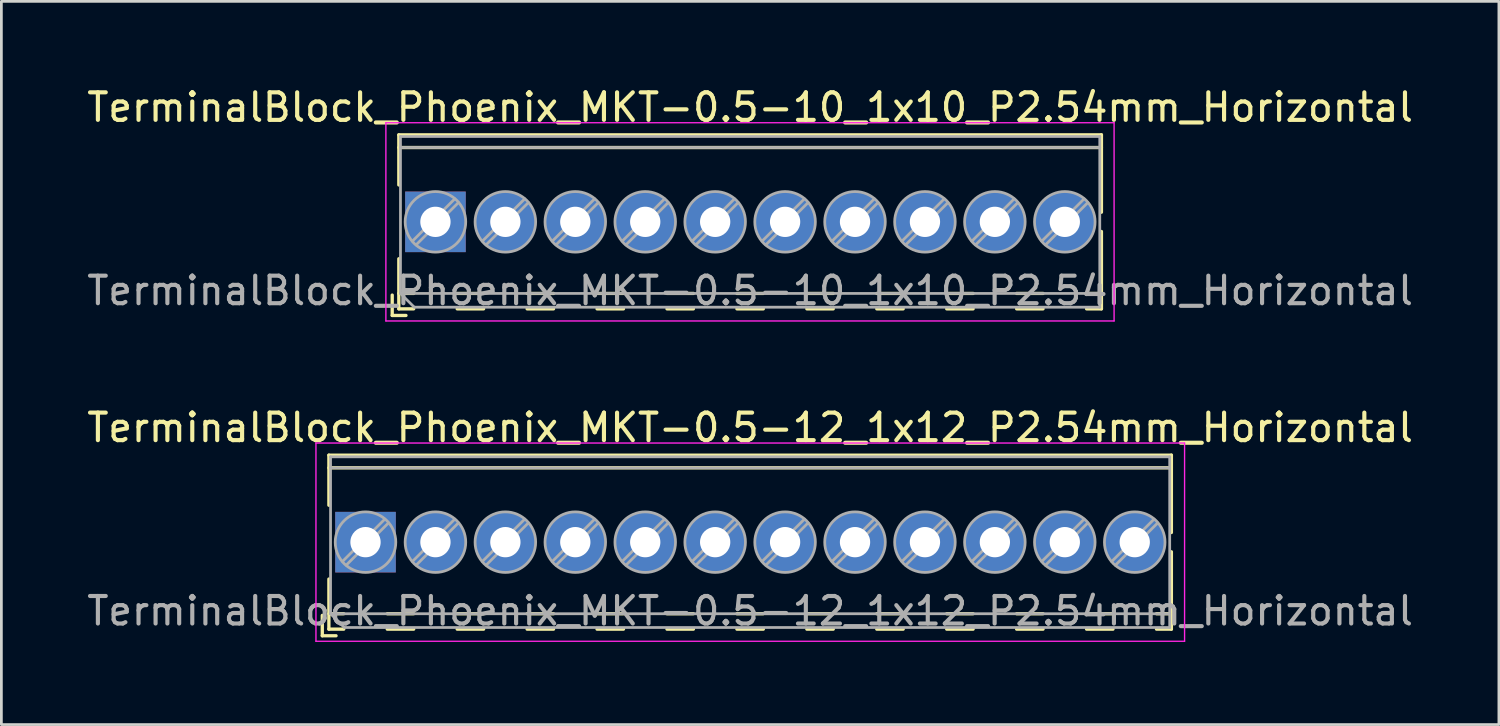
<source format=kicad_pcb>
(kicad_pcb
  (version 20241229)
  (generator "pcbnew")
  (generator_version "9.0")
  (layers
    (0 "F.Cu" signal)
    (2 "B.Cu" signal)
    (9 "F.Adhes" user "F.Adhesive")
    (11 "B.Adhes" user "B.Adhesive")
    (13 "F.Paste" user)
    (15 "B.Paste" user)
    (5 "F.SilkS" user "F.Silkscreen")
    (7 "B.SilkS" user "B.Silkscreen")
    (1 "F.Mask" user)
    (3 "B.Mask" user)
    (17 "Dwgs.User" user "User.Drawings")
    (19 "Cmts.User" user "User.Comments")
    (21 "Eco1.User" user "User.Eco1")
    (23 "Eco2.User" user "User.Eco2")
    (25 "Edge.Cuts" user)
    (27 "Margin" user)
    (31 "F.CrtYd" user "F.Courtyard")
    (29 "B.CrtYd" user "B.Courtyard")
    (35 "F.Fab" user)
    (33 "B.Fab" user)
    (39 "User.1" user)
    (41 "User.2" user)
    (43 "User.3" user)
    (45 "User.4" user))
  (footprint "TerminalBlock_Phoenix_MKT-0.5-12_1x12_P2.54mm_Horizontal"
    (layer "F.Cu")
    (at 10.226 16.642)
    (property "Reference" "TerminalBlock_Phoenix_MKT-0.5-12_1x12_P2.54mm_Horizontal" (at 13.97 -4.16 0) (layer "F.SilkS") (effects (font (size 1 1) (thickness 0.15))))
    (attr through_hole)
    (fp_line (start -1.57 2.66) (end -1.57 3.4) (stroke (width 0.12) (type solid)) (layer "F.SilkS"))
    (fp_line (start -1.57 3.4) (end -1.07 3.4) (stroke (width 0.12) (type solid)) (layer "F.SilkS"))
    (fp_line (start -1.33 -3.16) (end -1.33 -1.34) (stroke (width 0.12) (type solid)) (layer "F.SilkS"))
    (fp_line (start -1.33 -3.16) (end 29.271 -3.16) (stroke (width 0.12) (type solid)) (layer "F.SilkS"))
    (fp_line (start -1.33 -2.7) (end 29.271 -2.7) (stroke (width 0.12) (type solid)) (layer "F.SilkS"))
    (fp_line (start -1.33 1.34) (end -1.33 3.16) (stroke (width 0.12) (type solid)) (layer "F.SilkS"))
    (fp_line (start -1.33 2.6) (end -0.79 2.6) (stroke (width 0.12) (type solid)) (layer "F.SilkS"))
    (fp_line (start -1.33 3.16) (end -0.79 3.16) (stroke (width 0.12) (type solid)) (layer "F.SilkS"))
    (fp_line (start 0.79 2.6) (end 1.75 2.6) (stroke (width 0.12) (type solid)) (layer "F.SilkS"))
    (fp_line (start 0.79 3.16) (end 1.75 3.16) (stroke (width 0.12) (type solid)) (layer "F.SilkS"))
    (fp_line (start 3.33 2.6) (end 4.29 2.6) (stroke (width 0.12) (type solid)) (layer "F.SilkS"))
    (fp_line (start 3.33 3.16) (end 4.29 3.16) (stroke (width 0.12) (type solid)) (layer "F.SilkS"))
    (fp_line (start 5.87 2.6) (end 6.83 2.6) (stroke (width 0.12) (type solid)) (layer "F.SilkS"))
    (fp_line (start 5.87 3.16) (end 6.83 3.16) (stroke (width 0.12) (type solid)) (layer "F.SilkS"))
    (fp_line (start 8.41 2.6) (end 9.37 2.6) (stroke (width 0.12) (type solid)) (layer "F.SilkS"))
    (fp_line (start 8.41 3.16) (end 9.37 3.16) (stroke (width 0.12) (type solid)) (layer "F.SilkS"))
    (fp_line (start 10.95 2.6) (end 11.91 2.6) (stroke (width 0.12) (type solid)) (layer "F.SilkS"))
    (fp_line (start 10.95 3.16) (end 11.91 3.16) (stroke (width 0.12) (type solid)) (layer "F.SilkS"))
    (fp_line (start 13.49 2.6) (end 14.45 2.6) (stroke (width 0.12) (type solid)) (layer "F.SilkS"))
    (fp_line (start 13.49 3.16) (end 14.45 3.16) (stroke (width 0.12) (type solid)) (layer "F.SilkS"))
    (fp_line (start 16.03 2.6) (end 16.99 2.6) (stroke (width 0.12) (type solid)) (layer "F.SilkS"))
    (fp_line (start 16.03 3.16) (end 16.99 3.16) (stroke (width 0.12) (type solid)) (layer "F.SilkS"))
    (fp_line (start 18.57 2.6) (end 19.53 2.6) (stroke (width 0.12) (type solid)) (layer "F.SilkS"))
    (fp_line (start 18.57 3.16) (end 19.53 3.16) (stroke (width 0.12) (type solid)) (layer "F.SilkS"))
    (fp_line (start 21.11 2.6) (end 22.07 2.6) (stroke (width 0.12) (type solid)) (layer "F.SilkS"))
    (fp_line (start 21.11 3.16) (end 22.07 3.16) (stroke (width 0.12) (type solid)) (layer "F.SilkS"))
    (fp_line (start 23.65 2.6) (end 24.61 2.6) (stroke (width 0.12) (type solid)) (layer "F.SilkS"))
    (fp_line (start 23.65 3.16) (end 24.61 3.16) (stroke (width 0.12) (type solid)) (layer "F.SilkS"))
    (fp_line (start 26.19 2.6) (end 27.15 2.6) (stroke (width 0.12) (type solid)) (layer "F.SilkS"))
    (fp_line (start 26.19 3.16) (end 27.15 3.16) (stroke (width 0.12) (type solid)) (layer "F.SilkS"))
    (fp_line (start 28.73 2.6) (end 29.271 2.6) (stroke (width 0.12) (type solid)) (layer "F.SilkS"))
    (fp_line (start 28.73 3.16) (end 29.271 3.16) (stroke (width 0.12) (type solid)) (layer "F.SilkS"))
    (fp_line (start 29.271 -3.16) (end 29.271 -0.35) (stroke (width 0.12) (type solid)) (layer "F.SilkS"))
    (fp_line (start 29.271 0.35) (end 29.271 3.16) (stroke (width 0.12) (type solid)) (layer "F.SilkS"))
    (fp_line (start -1.8 -3.6) (end -1.8 3.6) (stroke (width 0.05) (type solid)) (layer "F.CrtYd"))
    (fp_line (start -1.8 3.6) (end 29.75 3.6) (stroke (width 0.05) (type solid)) (layer "F.CrtYd"))
    (fp_line (start 29.75 -3.6) (end -1.8 -3.6) (stroke (width 0.05) (type solid)) (layer "F.CrtYd"))
    (fp_line (start 29.75 3.6) (end 29.75 -3.6) (stroke (width 0.05) (type solid)) (layer "F.CrtYd"))
    (fp_line (start -1.27 -3.1) (end 29.21 -3.1) (stroke (width 0.1) (type solid)) (layer "F.Fab"))
    (fp_line (start -1.27 -2.7) (end 29.21 -2.7) (stroke (width 0.1) (type solid)) (layer "F.Fab"))
    (fp_line (start -1.27 2.6) (end -1.27 -3.1) (stroke (width 0.1) (type solid)) (layer "F.Fab"))
    (fp_line (start -1.27 2.6) (end 29.21 2.6) (stroke (width 0.1) (type solid)) (layer "F.Fab"))
    (fp_line (start -0.77 3.1) (end -1.27 2.6) (stroke (width 0.1) (type solid)) (layer "F.Fab"))
    (fp_line (start 0.701 -0.835) (end -0.835 0.7) (stroke (width 0.1) (type solid)) (layer "F.Fab"))
    (fp_line (start 0.835 -0.7) (end -0.701 0.835) (stroke (width 0.1) (type solid)) (layer "F.Fab"))
    (fp_line (start 3.241 -0.835) (end 1.706 0.7) (stroke (width 0.1) (type solid)) (layer "F.Fab"))
    (fp_line (start 3.375 -0.7) (end 1.84 0.835) (stroke (width 0.1) (type solid)) (layer "F.Fab"))
    (fp_line (start 5.781 -0.835) (end 4.246 0.7) (stroke (width 0.1) (type solid)) (layer "F.Fab"))
    (fp_line (start 5.915 -0.7) (end 4.38 0.835) (stroke (width 0.1) (type solid)) (layer "F.Fab"))
    (fp_line (start 8.321 -0.835) (end 6.786 0.7) (stroke (width 0.1) (type solid)) (layer "F.Fab"))
    (fp_line (start 8.455 -0.7) (end 6.92 0.835) (stroke (width 0.1) (type solid)) (layer "F.Fab"))
    (fp_line (start 10.861 -0.835) (end 9.326 0.7) (stroke (width 0.1) (type solid)) (layer "F.Fab"))
    (fp_line (start 10.995 -0.7) (end 9.46 0.835) (stroke (width 0.1) (type solid)) (layer "F.Fab"))
    (fp_line (start 13.401 -0.835) (end 11.866 0.7) (stroke (width 0.1) (type solid)) (layer "F.Fab"))
    (fp_line (start 13.535 -0.7) (end 12 0.835) (stroke (width 0.1) (type solid)) (layer "F.Fab"))
    (fp_line (start 15.941 -0.835) (end 14.406 0.7) (stroke (width 0.1) (type solid)) (layer "F.Fab"))
    (fp_line (start 16.075 -0.7) (end 14.54 0.835) (stroke (width 0.1) (type solid)) (layer "F.Fab"))
    (fp_line (start 18.481 -0.835) (end 16.946 0.7) (stroke (width 0.1) (type solid)) (layer "F.Fab"))
    (fp_line (start 18.615 -0.7) (end 17.08 0.835) (stroke (width 0.1) (type solid)) (layer "F.Fab"))
    (fp_line (start 21.021 -0.835) (end 19.486 0.7) (stroke (width 0.1) (type solid)) (layer "F.Fab"))
    (fp_line (start 21.155 -0.7) (end 19.62 0.835) (stroke (width 0.1) (type solid)) (layer "F.Fab"))
    (fp_line (start 23.561 -0.835) (end 22.026 0.7) (stroke (width 0.1) (type solid)) (layer "F.Fab"))
    (fp_line (start 23.695 -0.7) (end 22.16 0.835) (stroke (width 0.1) (type solid)) (layer "F.Fab"))
    (fp_line (start 26.101 -0.835) (end 24.566 0.7) (stroke (width 0.1) (type solid)) (layer "F.Fab"))
    (fp_line (start 26.235 -0.7) (end 24.7 0.835) (stroke (width 0.1) (type solid)) (layer "F.Fab"))
    (fp_line (start 28.641 -0.835) (end 27.106 0.7) (stroke (width 0.1) (type solid)) (layer "F.Fab"))
    (fp_line (start 28.775 -0.7) (end 27.24 0.835) (stroke (width 0.1) (type solid)) (layer "F.Fab"))
    (fp_line (start 29.21 -3.1) (end 29.21 3.1) (stroke (width 0.1) (type solid)) (layer "F.Fab"))
    (fp_line (start 29.21 3.1) (end -0.77 3.1) (stroke (width 0.1) (type solid)) (layer "F.Fab"))
    (fp_circle (center 0 0) (end 1.1 0) (stroke (width 0.1) (type solid)) (fill no) (layer "F.Fab"))
    (fp_circle (center 2.54 0) (end 3.64 0) (stroke (width 0.1) (type solid)) (fill no) (layer "F.Fab"))
    (fp_circle (center 5.08 0) (end 6.18 0) (stroke (width 0.1) (type solid)) (fill no) (layer "F.Fab"))
    (fp_circle (center 7.62 0) (end 8.72 0) (stroke (width 0.1) (type solid)) (fill no) (layer "F.Fab"))
    (fp_circle (center 10.16 0) (end 11.26 0) (stroke (width 0.1) (type solid)) (fill no) (layer "F.Fab"))
    (fp_circle (center 12.7 0) (end 13.8 0) (stroke (width 0.1) (type solid)) (fill no) (layer "F.Fab"))
    (fp_circle (center 15.24 0) (end 16.34 0) (stroke (width 0.1) (type solid)) (fill no) (layer "F.Fab"))
    (fp_circle (center 17.78 0) (end 18.88 0) (stroke (width 0.1) (type solid)) (fill no) (layer "F.Fab"))
    (fp_circle (center 20.32 0) (end 21.42 0) (stroke (width 0.1) (type solid)) (fill no) (layer "F.Fab"))
    (fp_circle (center 22.86 0) (end 23.96 0) (stroke (width 0.1) (type solid)) (fill no) (layer "F.Fab"))
    (fp_circle (center 25.4 0) (end 26.5 0) (stroke (width 0.1) (type solid)) (fill no) (layer "F.Fab"))
    (fp_circle (center 27.94 0) (end 29.04 0) (stroke (width 0.1) (type solid)) (fill no) (layer "F.Fab"))
    (fp_text user "${REFERENCE}" (at 13.97 2.5 0) (layer "F.Fab") (effects (font (size 1 1) (thickness 0.15))))
    (pad "" np_thru_hole rect (at 0 2.54) (size 0.001 0.001) (drill 1.1) (layers "*.Cu" "*.Mask"))
    (pad "" np_thru_hole circle (at 2.54 2.54) (size 0.001 0.001) (drill 1.1) (layers "*.Cu" "*.Mask"))
    (pad "" np_thru_hole circle (at 5.08 2.54) (size 0.001 0.001) (drill 1.1) (layers "*.Cu" "*.Mask"))
    (pad "" np_thru_hole circle (at 7.62 2.54) (size 0.001 0.001) (drill 1.1) (layers "*.Cu" "*.Mask"))
    (pad "" np_thru_hole circle (at 10.16 2.54) (size 0.001 0.001) (drill 1.1) (layers "*.Cu" "*.Mask"))
    (pad "" np_thru_hole circle (at 12.7 2.54) (size 0.001 0.001) (drill 1.1) (layers "*.Cu" "*.Mask"))
    (pad "" np_thru_hole circle (at 15.24 2.54) (size 0.001 0.001) (drill 1.1) (layers "*.Cu" "*.Mask"))
    (pad "" np_thru_hole circle (at 17.78 2.54) (size 0.001 0.001) (drill 1.1) (layers "*.Cu" "*.Mask"))
    (pad "" np_thru_hole circle (at 20.32 2.54) (size 0.001 0.001) (drill 1.1) (layers "*.Cu" "*.Mask"))
    (pad "" np_thru_hole circle (at 22.86 2.54) (size 0.001 0.001) (drill 1.1) (layers "*.Cu" "*.Mask"))
    (pad "" np_thru_hole circle (at 25.4 2.54) (size 0.001 0.001) (drill 1.1) (layers "*.Cu" "*.Mask"))
    (pad "" np_thru_hole circle (at 27.94 2.54) (size 0.001 0.001) (drill 1.1) (layers "*.Cu" "*.Mask"))
    (pad "1" thru_hole rect (at 0 0) (size 2.2 2.2) (drill 1.1) (layers "*.Cu" "*.Mask"))
    (pad "2" thru_hole circle (at 2.54 0) (size 2.2 2.2) (drill 1.1) (layers "*.Cu" "*.Mask"))
    (pad "3" thru_hole circle (at 5.08 0) (size 2.2 2.2) (drill 1.1) (layers "*.Cu" "*.Mask"))
    (pad "4" thru_hole circle (at 7.62 0) (size 2.2 2.2) (drill 1.1) (layers "*.Cu" "*.Mask"))
    (pad "5" thru_hole circle (at 10.16 0) (size 2.2 2.2) (drill 1.1) (layers "*.Cu" "*.Mask"))
    (pad "6" thru_hole circle (at 12.7 0) (size 2.2 2.2) (drill 1.1) (layers "*.Cu" "*.Mask"))
    (pad "7" thru_hole circle (at 15.24 0) (size 2.2 2.2) (drill 1.1) (layers "*.Cu" "*.Mask"))
    (pad "8" thru_hole circle (at 17.78 0) (size 2.2 2.2) (drill 1.1) (layers "*.Cu" "*.Mask"))
    (pad "9" thru_hole circle (at 20.32 0) (size 2.2 2.2) (drill 1.1) (layers "*.Cu" "*.Mask"))
    (pad "10" thru_hole circle (at 22.86 0) (size 2.2 2.2) (drill 1.1) (layers "*.Cu" "*.Mask"))
    (pad "11" thru_hole circle (at 25.4 0) (size 2.2 2.2) (drill 1.1) (layers "*.Cu" "*.Mask"))
    (pad "12" thru_hole circle (at 27.94 0) (size 2.2 2.2) (drill 1.1) (layers "*.Cu" "*.Mask")))
  (footprint "TerminalBlock_Phoenix_MKT-0.5-10_1x10_P2.54mm_Horizontal"
    (layer "F.Cu")
    (at 12.766 5.008)
    (property "Reference" "TerminalBlock_Phoenix_MKT-0.5-10_1x10_P2.54mm_Horizontal" (at 11.43 -4.16 0) (layer "F.SilkS") (effects (font (size 1 1) (thickness 0.15))))
    (attr through_hole)
    (fp_line (start -1.57 2.66) (end -1.57 3.4) (stroke (width 0.12) (type solid)) (layer "F.SilkS"))
    (fp_line (start -1.57 3.4) (end -1.07 3.4) (stroke (width 0.12) (type solid)) (layer "F.SilkS"))
    (fp_line (start -1.33 -3.16) (end -1.33 -1.34) (stroke (width 0.12) (type solid)) (layer "F.SilkS"))
    (fp_line (start -1.33 -3.16) (end 24.19 -3.16) (stroke (width 0.12) (type solid)) (layer "F.SilkS"))
    (fp_line (start -1.33 -2.7) (end 24.19 -2.7) (stroke (width 0.12) (type solid)) (layer "F.SilkS"))
    (fp_line (start -1.33 1.34) (end -1.33 3.16) (stroke (width 0.12) (type solid)) (layer "F.SilkS"))
    (fp_line (start -1.33 2.6) (end -0.79 2.6) (stroke (width 0.12) (type solid)) (layer "F.SilkS"))
    (fp_line (start -1.33 3.16) (end -0.79 3.16) (stroke (width 0.12) (type solid)) (layer "F.SilkS"))
    (fp_line (start 0.79 2.6) (end 1.75 2.6) (stroke (width 0.12) (type solid)) (layer "F.SilkS"))
    (fp_line (start 0.79 3.16) (end 1.75 3.16) (stroke (width 0.12) (type solid)) (layer "F.SilkS"))
    (fp_line (start 3.33 2.6) (end 4.29 2.6) (stroke (width 0.12) (type solid)) (layer "F.SilkS"))
    (fp_line (start 3.33 3.16) (end 4.29 3.16) (stroke (width 0.12) (type solid)) (layer "F.SilkS"))
    (fp_line (start 5.87 2.6) (end 6.83 2.6) (stroke (width 0.12) (type solid)) (layer "F.SilkS"))
    (fp_line (start 5.87 3.16) (end 6.83 3.16) (stroke (width 0.12) (type solid)) (layer "F.SilkS"))
    (fp_line (start 8.41 2.6) (end 9.37 2.6) (stroke (width 0.12) (type solid)) (layer "F.SilkS"))
    (fp_line (start 8.41 3.16) (end 9.37 3.16) (stroke (width 0.12) (type solid)) (layer "F.SilkS"))
    (fp_line (start 10.95 2.6) (end 11.91 2.6) (stroke (width 0.12) (type solid)) (layer "F.SilkS"))
    (fp_line (start 10.95 3.16) (end 11.91 3.16) (stroke (width 0.12) (type solid)) (layer "F.SilkS"))
    (fp_line (start 13.49 2.6) (end 14.45 2.6) (stroke (width 0.12) (type solid)) (layer "F.SilkS"))
    (fp_line (start 13.49 3.16) (end 14.45 3.16) (stroke (width 0.12) (type solid)) (layer "F.SilkS"))
    (fp_line (start 16.03 2.6) (end 16.99 2.6) (stroke (width 0.12) (type solid)) (layer "F.SilkS"))
    (fp_line (start 16.03 3.16) (end 16.99 3.16) (stroke (width 0.12) (type solid)) (layer "F.SilkS"))
    (fp_line (start 18.57 2.6) (end 19.53 2.6) (stroke (width 0.12) (type solid)) (layer "F.SilkS"))
    (fp_line (start 18.57 3.16) (end 19.53 3.16) (stroke (width 0.12) (type solid)) (layer "F.SilkS"))
    (fp_line (start 21.11 2.6) (end 22.07 2.6) (stroke (width 0.12) (type solid)) (layer "F.SilkS"))
    (fp_line (start 21.11 3.16) (end 22.07 3.16) (stroke (width 0.12) (type solid)) (layer "F.SilkS"))
    (fp_line (start 23.65 2.6) (end 24.19 2.6) (stroke (width 0.12) (type solid)) (layer "F.SilkS"))
    (fp_line (start 23.65 3.16) (end 24.19 3.16) (stroke (width 0.12) (type solid)) (layer "F.SilkS"))
    (fp_line (start 24.19 -3.16) (end 24.19 -0.35) (stroke (width 0.12) (type solid)) (layer "F.SilkS"))
    (fp_line (start 24.19 0.35) (end 24.19 3.16) (stroke (width 0.12) (type solid)) (layer "F.SilkS"))
    (fp_line (start -1.8 -3.6) (end -1.8 3.6) (stroke (width 0.05) (type solid)) (layer "F.CrtYd"))
    (fp_line (start -1.8 3.6) (end 24.65 3.6) (stroke (width 0.05) (type solid)) (layer "F.CrtYd"))
    (fp_line (start 24.65 -3.6) (end -1.8 -3.6) (stroke (width 0.05) (type solid)) (layer "F.CrtYd"))
    (fp_line (start 24.65 3.6) (end 24.65 -3.6) (stroke (width 0.05) (type solid)) (layer "F.CrtYd"))
    (fp_line (start -1.27 -3.1) (end 24.13 -3.1) (stroke (width 0.1) (type solid)) (layer "F.Fab"))
    (fp_line (start -1.27 -2.7) (end 24.13 -2.7) (stroke (width 0.1) (type solid)) (layer "F.Fab"))
    (fp_line (start -1.27 2.6) (end -1.27 -3.1) (stroke (width 0.1) (type solid)) (layer "F.Fab"))
    (fp_line (start -1.27 2.6) (end 24.13 2.6) (stroke (width 0.1) (type solid)) (layer "F.Fab"))
    (fp_line (start -0.77 3.1) (end -1.27 2.6) (stroke (width 0.1) (type solid)) (layer "F.Fab"))
    (fp_line (start 0.701 -0.835) (end -0.835 0.7) (stroke (width 0.1) (type solid)) (layer "F.Fab"))
    (fp_line (start 0.835 -0.7) (end -0.701 0.835) (stroke (width 0.1) (type solid)) (layer "F.Fab"))
    (fp_line (start 3.241 -0.835) (end 1.706 0.7) (stroke (width 0.1) (type solid)) (layer "F.Fab"))
    (fp_line (start 3.375 -0.7) (end 1.84 0.835) (stroke (width 0.1) (type solid)) (layer "F.Fab"))
    (fp_line (start 5.781 -0.835) (end 4.246 0.7) (stroke (width 0.1) (type solid)) (layer "F.Fab"))
    (fp_line (start 5.915 -0.7) (end 4.38 0.835) (stroke (width 0.1) (type solid)) (layer "F.Fab"))
    (fp_line (start 8.321 -0.835) (end 6.786 0.7) (stroke (width 0.1) (type solid)) (layer "F.Fab"))
    (fp_line (start 8.455 -0.7) (end 6.92 0.835) (stroke (width 0.1) (type solid)) (layer "F.Fab"))
    (fp_line (start 10.861 -0.835) (end 9.326 0.7) (stroke (width 0.1) (type solid)) (layer "F.Fab"))
    (fp_line (start 10.995 -0.7) (end 9.46 0.835) (stroke (width 0.1) (type solid)) (layer "F.Fab"))
    (fp_line (start 13.401 -0.835) (end 11.866 0.7) (stroke (width 0.1) (type solid)) (layer "F.Fab"))
    (fp_line (start 13.535 -0.7) (end 12 0.835) (stroke (width 0.1) (type solid)) (layer "F.Fab"))
    (fp_line (start 15.941 -0.835) (end 14.406 0.7) (stroke (width 0.1) (type solid)) (layer "F.Fab"))
    (fp_line (start 16.075 -0.7) (end 14.54 0.835) (stroke (width 0.1) (type solid)) (layer "F.Fab"))
    (fp_line (start 18.481 -0.835) (end 16.946 0.7) (stroke (width 0.1) (type solid)) (layer "F.Fab"))
    (fp_line (start 18.615 -0.7) (end 17.08 0.835) (stroke (width 0.1) (type solid)) (layer "F.Fab"))
    (fp_line (start 21.021 -0.835) (end 19.486 0.7) (stroke (width 0.1) (type solid)) (layer "F.Fab"))
    (fp_line (start 21.155 -0.7) (end 19.62 0.835) (stroke (width 0.1) (type solid)) (layer "F.Fab"))
    (fp_line (start 23.561 -0.835) (end 22.026 0.7) (stroke (width 0.1) (type solid)) (layer "F.Fab"))
    (fp_line (start 23.695 -0.7) (end 22.16 0.835) (stroke (width 0.1) (type solid)) (layer "F.Fab"))
    (fp_line (start 24.13 -3.1) (end 24.13 3.1) (stroke (width 0.1) (type solid)) (layer "F.Fab"))
    (fp_line (start 24.13 3.1) (end -0.77 3.1) (stroke (width 0.1) (type solid)) (layer "F.Fab"))
    (fp_circle (center 0 0) (end 1.1 0) (stroke (width 0.1) (type solid)) (fill no) (layer "F.Fab"))
    (fp_circle (center 2.54 0) (end 3.64 0) (stroke (width 0.1) (type solid)) (fill no) (layer "F.Fab"))
    (fp_circle (center 5.08 0) (end 6.18 0) (stroke (width 0.1) (type solid)) (fill no) (layer "F.Fab"))
    (fp_circle (center 7.62 0) (end 8.72 0) (stroke (width 0.1) (type solid)) (fill no) (layer "F.Fab"))
    (fp_circle (center 10.16 0) (end 11.26 0) (stroke (width 0.1) (type solid)) (fill no) (layer "F.Fab"))
    (fp_circle (center 12.7 0) (end 13.8 0) (stroke (width 0.1) (type solid)) (fill no) (layer "F.Fab"))
    (fp_circle (center 15.24 0) (end 16.34 0) (stroke (width 0.1) (type solid)) (fill no) (layer "F.Fab"))
    (fp_circle (center 17.78 0) (end 18.88 0) (stroke (width 0.1) (type solid)) (fill no) (layer "F.Fab"))
    (fp_circle (center 20.32 0) (end 21.42 0) (stroke (width 0.1) (type solid)) (fill no) (layer "F.Fab"))
    (fp_circle (center 22.86 0) (end 23.96 0) (stroke (width 0.1) (type solid)) (fill no) (layer "F.Fab"))
    (fp_text user "${REFERENCE}" (at 11.43 2.5 0) (layer "F.Fab") (effects (font (size 1 1) (thickness 0.15))))
    (pad "" np_thru_hole rect (at 0 2.54) (size 0.001 0.001) (drill 1.1) (layers "*.Cu" "*.Mask"))
    (pad "" np_thru_hole circle (at 2.54 2.54) (size 0.001 0.001) (drill 1.1) (layers "*.Cu" "*.Mask"))
    (pad "" np_thru_hole circle (at 5.08 2.54) (size 0.001 0.001) (drill 1.1) (layers "*.Cu" "*.Mask"))
    (pad "" np_thru_hole circle (at 7.62 2.54) (size 0.001 0.001) (drill 1.1) (layers "*.Cu" "*.Mask"))
    (pad "" np_thru_hole circle (at 10.16 2.54) (size 0.001 0.001) (drill 1.1) (layers "*.Cu" "*.Mask"))
    (pad "" np_thru_hole circle (at 12.7 2.54) (size 0.001 0.001) (drill 1.1) (layers "*.Cu" "*.Mask"))
    (pad "" np_thru_hole circle (at 15.24 2.54) (size 0.001 0.001) (drill 1.1) (layers "*.Cu" "*.Mask"))
    (pad "" np_thru_hole circle (at 17.78 2.54) (size 0.001 0.001) (drill 1.1) (layers "*.Cu" "*.Mask"))
    (pad "" np_thru_hole circle (at 20.32 2.54) (size 0.001 0.001) (drill 1.1) (layers "*.Cu" "*.Mask"))
    (pad "" np_thru_hole circle (at 22.86 2.54) (size 0.001 0.001) (drill 1.1) (layers "*.Cu" "*.Mask"))
    (pad "1" thru_hole rect (at 0 0) (size 2.2 2.2) (drill 1.1) (layers "*.Cu" "*.Mask"))
    (pad "2" thru_hole circle (at 2.54 0) (size 2.2 2.2) (drill 1.1) (layers "*.Cu" "*.Mask"))
    (pad "3" thru_hole circle (at 5.08 0) (size 2.2 2.2) (drill 1.1) (layers "*.Cu" "*.Mask"))
    (pad "4" thru_hole circle (at 7.62 0) (size 2.2 2.2) (drill 1.1) (layers "*.Cu" "*.Mask"))
    (pad "5" thru_hole circle (at 10.16 0) (size 2.2 2.2) (drill 1.1) (layers "*.Cu" "*.Mask"))
    (pad "6" thru_hole circle (at 12.7 0) (size 2.2 2.2) (drill 1.1) (layers "*.Cu" "*.Mask"))
    (pad "7" thru_hole circle (at 15.24 0) (size 2.2 2.2) (drill 1.1) (layers "*.Cu" "*.Mask"))
    (pad "8" thru_hole circle (at 17.78 0) (size 2.2 2.2) (drill 1.1) (layers "*.Cu" "*.Mask"))
    (pad "9" thru_hole circle (at 20.32 0) (size 2.2 2.2) (drill 1.1) (layers "*.Cu" "*.Mask"))
    (pad "10" thru_hole circle (at 22.86 0) (size 2.2 2.2) (drill 1.1) (layers "*.Cu" "*.Mask")))
  (gr_rect
    (start -3 -3)
    (end 51.393 23.267)
    (stroke (width 0.1) (type default))
    (fill no)
    (layer "Edge.Cuts")))
</source>
